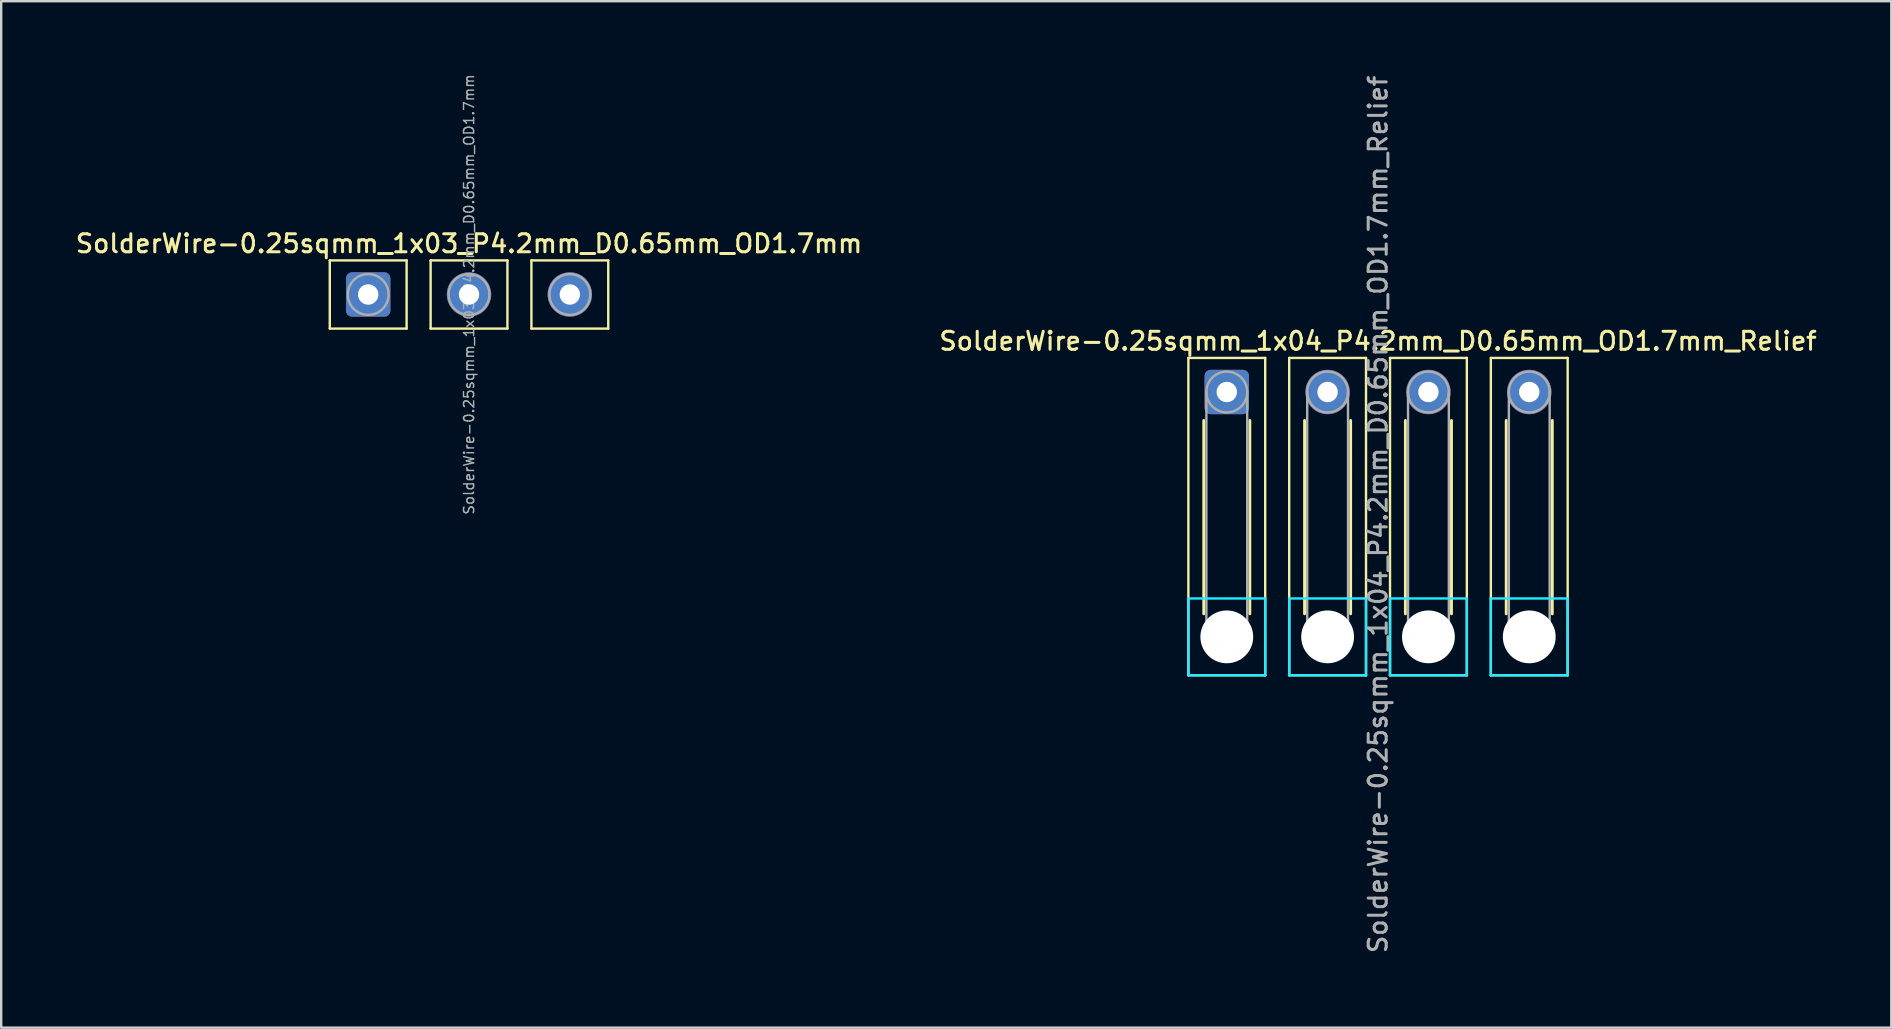
<source format=kicad_pcb>
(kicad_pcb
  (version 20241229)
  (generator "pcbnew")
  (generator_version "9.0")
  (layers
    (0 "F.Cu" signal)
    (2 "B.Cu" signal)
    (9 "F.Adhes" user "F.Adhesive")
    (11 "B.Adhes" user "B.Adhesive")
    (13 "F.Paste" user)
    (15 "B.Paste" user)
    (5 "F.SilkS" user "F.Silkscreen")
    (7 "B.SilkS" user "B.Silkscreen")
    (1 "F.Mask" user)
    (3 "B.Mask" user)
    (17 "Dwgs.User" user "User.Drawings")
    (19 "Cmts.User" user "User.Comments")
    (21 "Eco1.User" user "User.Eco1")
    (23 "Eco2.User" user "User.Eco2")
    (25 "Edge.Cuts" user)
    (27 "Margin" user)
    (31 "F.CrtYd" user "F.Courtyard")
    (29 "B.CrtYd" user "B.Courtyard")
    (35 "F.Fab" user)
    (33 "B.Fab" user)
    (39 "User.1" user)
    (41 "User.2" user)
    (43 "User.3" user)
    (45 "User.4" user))
  (footprint "SolderWire-0.25sqmm_1x04_P4.2mm_D0.65mm_OD1.7mm_Relief"
    (layer "F.Cu")
    (at 48.055 13.28)
    (property "Reference" "SolderWire-0.25sqmm_1x04_P4.2mm_D0.65mm_OD1.7mm_Relief" (at 6.3 -2.12 0) (layer "F.SilkS") (effects (font (size 0.75 0.75) (thickness 0.125))))
    (attr exclude_from_pos_files exclude_from_bom)
    (fp_line (start -1.6 -1.42) (end -1.6 11.8) (stroke (width 0.1) (type solid)) (layer "F.SilkS"))
    (fp_line (start -1.6 11.8) (end 1.6 11.8) (stroke (width 0.1) (type solid)) (layer "F.SilkS"))
    (fp_line (start -0.96 1.185) (end -0.96 9.24) (stroke (width 0.12) (type solid)) (layer "F.SilkS"))
    (fp_line (start 0.96 1.185) (end 0.96 9.24) (stroke (width 0.12) (type solid)) (layer "F.SilkS"))
    (fp_line (start 1.6 -1.42) (end -1.6 -1.42) (stroke (width 0.1) (type solid)) (layer "F.SilkS"))
    (fp_line (start 1.6 11.8) (end 1.6 -1.42) (stroke (width 0.1) (type solid)) (layer "F.SilkS"))
    (fp_line (start 2.6 -1.42) (end 2.6 11.8) (stroke (width 0.1) (type solid)) (layer "F.SilkS"))
    (fp_line (start 2.6 11.8) (end 5.8 11.8) (stroke (width 0.1) (type solid)) (layer "F.SilkS"))
    (fp_line (start 3.24 1.185) (end 3.24 9.24) (stroke (width 0.12) (type solid)) (layer "F.SilkS"))
    (fp_line (start 5.16 1.185) (end 5.16 9.24) (stroke (width 0.12) (type solid)) (layer "F.SilkS"))
    (fp_line (start 5.8 -1.42) (end 2.6 -1.42) (stroke (width 0.1) (type solid)) (layer "F.SilkS"))
    (fp_line (start 5.8 11.8) (end 5.8 -1.42) (stroke (width 0.1) (type solid)) (layer "F.SilkS"))
    (fp_line (start 6.8 -1.42) (end 6.8 11.8) (stroke (width 0.1) (type solid)) (layer "F.SilkS"))
    (fp_line (start 6.8 11.8) (end 10 11.8) (stroke (width 0.1) (type solid)) (layer "F.SilkS"))
    (fp_line (start 7.44 1.185) (end 7.44 9.24) (stroke (width 0.12) (type solid)) (layer "F.SilkS"))
    (fp_line (start 9.36 1.185) (end 9.36 9.24) (stroke (width 0.12) (type solid)) (layer "F.SilkS"))
    (fp_line (start 10 -1.42) (end 6.8 -1.42) (stroke (width 0.1) (type solid)) (layer "F.SilkS"))
    (fp_line (start 10 11.8) (end 10 -1.42) (stroke (width 0.1) (type solid)) (layer "F.SilkS"))
    (fp_line (start 11 -1.42) (end 11 11.8) (stroke (width 0.1) (type solid)) (layer "F.SilkS"))
    (fp_line (start 11 11.8) (end 14.2 11.8) (stroke (width 0.1) (type solid)) (layer "F.SilkS"))
    (fp_line (start 11.64 1.185) (end 11.64 9.24) (stroke (width 0.12) (type solid)) (layer "F.SilkS"))
    (fp_line (start 13.56 1.185) (end 13.56 9.24) (stroke (width 0.12) (type solid)) (layer "F.SilkS"))
    (fp_line (start 14.2 -1.42) (end 11 -1.42) (stroke (width 0.1) (type solid)) (layer "F.SilkS"))
    (fp_line (start 14.2 11.8) (end 14.2 -1.42) (stroke (width 0.1) (type solid)) (layer "F.SilkS"))
    (fp_line (start -1.6 8.6) (end -1.6 11.8) (stroke (width 0.1) (type solid)) (layer "B.CrtYd"))
    (fp_line (start -1.6 11.8) (end 1.6 11.8) (stroke (width 0.1) (type solid)) (layer "B.CrtYd"))
    (fp_line (start 1.6 8.6) (end -1.6 8.6) (stroke (width 0.1) (type solid)) (layer "B.CrtYd"))
    (fp_line (start 1.6 11.8) (end 1.6 8.6) (stroke (width 0.1) (type solid)) (layer "B.CrtYd"))
    (fp_line (start 2.6 8.6) (end 2.6 11.8) (stroke (width 0.1) (type solid)) (layer "B.CrtYd"))
    (fp_line (start 2.6 11.8) (end 5.8 11.8) (stroke (width 0.1) (type solid)) (layer "B.CrtYd"))
    (fp_line (start 5.8 8.6) (end 2.6 8.6) (stroke (width 0.1) (type solid)) (layer "B.CrtYd"))
    (fp_line (start 5.8 11.8) (end 5.8 8.6) (stroke (width 0.1) (type solid)) (layer "B.CrtYd"))
    (fp_line (start 6.8 8.6) (end 6.8 11.8) (stroke (width 0.1) (type solid)) (layer "B.CrtYd"))
    (fp_line (start 6.8 11.8) (end 10 11.8) (stroke (width 0.1) (type solid)) (layer "B.CrtYd"))
    (fp_line (start 10 8.6) (end 6.8 8.6) (stroke (width 0.1) (type solid)) (layer "B.CrtYd"))
    (fp_line (start 10 11.8) (end 10 8.6) (stroke (width 0.1) (type solid)) (layer "B.CrtYd"))
    (fp_line (start 11 8.6) (end 11 11.8) (stroke (width 0.1) (type solid)) (layer "B.CrtYd"))
    (fp_line (start 11 11.8) (end 14.2 11.8) (stroke (width 0.1) (type solid)) (layer "B.CrtYd"))
    (fp_line (start 14.2 8.6) (end 11 8.6) (stroke (width 0.1) (type solid)) (layer "B.CrtYd"))
    (fp_line (start 14.2 11.8) (end 14.2 8.6) (stroke (width 0.1) (type solid)) (layer "B.CrtYd"))
    (fp_line (start -0.85 0) (end -0.85 10.2) (stroke (width 0.1) (type solid)) (layer "F.Fab"))
    (fp_line (start 0.85 0) (end 0.85 10.2) (stroke (width 0.1) (type solid)) (layer "F.Fab"))
    (fp_line (start 3.35 0) (end 3.35 10.2) (stroke (width 0.1) (type solid)) (layer "F.Fab"))
    (fp_line (start 5.05 0) (end 5.05 10.2) (stroke (width 0.1) (type solid)) (layer "F.Fab"))
    (fp_line (start 7.55 0) (end 7.55 10.2) (stroke (width 0.1) (type solid)) (layer "F.Fab"))
    (fp_line (start 9.25 0) (end 9.25 10.2) (stroke (width 0.1) (type solid)) (layer "F.Fab"))
    (fp_line (start 11.75 0) (end 11.75 10.2) (stroke (width 0.1) (type solid)) (layer "F.Fab"))
    (fp_line (start 13.45 0) (end 13.45 10.2) (stroke (width 0.1) (type solid)) (layer "F.Fab"))
    (fp_circle (center 0 0) (end 0.85 0) (stroke (width 0.1) (type solid)) (fill no) (layer "F.Fab"))
    (fp_circle (center 0 10.2) (end 0.85 10.2) (stroke (width 0.1) (type solid)) (fill no) (layer "F.Fab"))
    (fp_circle (center 4.2 0) (end 5.05 0) (stroke (width 0.1) (type solid)) (fill no) (layer "F.Fab"))
    (fp_circle (center 4.2 10.2) (end 5.05 10.2) (stroke (width 0.1) (type solid)) (fill no) (layer "F.Fab"))
    (fp_circle (center 8.4 0) (end 9.25 0) (stroke (width 0.1) (type solid)) (fill no) (layer "F.Fab"))
    (fp_circle (center 8.4 10.2) (end 9.25 10.2) (stroke (width 0.1) (type solid)) (fill no) (layer "F.Fab"))
    (fp_circle (center 12.6 0) (end 13.45 0) (stroke (width 0.1) (type solid)) (fill no) (layer "F.Fab"))
    (fp_circle (center 12.6 10.2) (end 13.45 10.2) (stroke (width 0.1) (type solid)) (fill no) (layer "F.Fab"))
    (fp_text user "${REFERENCE}" (at 6.3 5.1 90) (layer "F.Fab") (effects (font (size 0.75 0.75) (thickness 0.125))))
    (pad "" np_thru_hole circle (at 0 10.2) (size 2.2 2.2) (drill 2.2) (layers "*.Cu" "*.Mask"))
    (pad "" np_thru_hole circle (at 4.2 10.2) (size 2.2 2.2) (drill 2.2) (layers "*.Cu" "*.Mask"))
    (pad "" np_thru_hole circle (at 8.4 10.2) (size 2.2 2.2) (drill 2.2) (layers "*.Cu" "*.Mask"))
    (pad "" np_thru_hole circle (at 12.6 10.2) (size 2.2 2.2) (drill 2.2) (layers "*.Cu" "*.Mask"))
    (pad "1" thru_hole roundrect (at 0 0) (size 1.85 1.85) (drill 0.85) (layers "*.Cu" "*.Mask") (roundrect_rratio 0.135))
    (pad "2" thru_hole circle (at 4.2 0) (size 1.85 1.85) (drill 0.85) (layers "*.Cu" "*.Mask"))
    (pad "3" thru_hole circle (at 8.4 0) (size 1.85 1.85) (drill 0.85) (layers "*.Cu" "*.Mask"))
    (pad "4" thru_hole circle (at 12.6 0) (size 1.85 1.85) (drill 0.85) (layers "*.Cu" "*.Mask")))
  (footprint "SolderWire-0.25sqmm_1x03_P4.2mm_D0.65mm_OD1.7mm"
    (layer "F.Cu")
    (at 12.288 9.218)
    (property "Reference" "SolderWire-0.25sqmm_1x03_P4.2mm_D0.65mm_OD1.7mm" (at 4.2 -2.12 0) (layer "F.SilkS") (effects (font (size 0.75 0.75) (thickness 0.125))))
    (attr exclude_from_pos_files exclude_from_bom)
    (fp_line (start -1.6 -1.42) (end -1.6 1.42) (stroke (width 0.1) (type solid)) (layer "F.SilkS"))
    (fp_line (start -1.6 1.42) (end 1.6 1.42) (stroke (width 0.1) (type solid)) (layer "F.SilkS"))
    (fp_line (start 1.6 -1.42) (end -1.6 -1.42) (stroke (width 0.1) (type solid)) (layer "F.SilkS"))
    (fp_line (start 1.6 1.42) (end 1.6 -1.42) (stroke (width 0.1) (type solid)) (layer "F.SilkS"))
    (fp_line (start 2.6 -1.42) (end 2.6 1.42) (stroke (width 0.1) (type solid)) (layer "F.SilkS"))
    (fp_line (start 2.6 1.42) (end 5.8 1.42) (stroke (width 0.1) (type solid)) (layer "F.SilkS"))
    (fp_line (start 5.8 -1.42) (end 2.6 -1.42) (stroke (width 0.1) (type solid)) (layer "F.SilkS"))
    (fp_line (start 5.8 1.42) (end 5.8 -1.42) (stroke (width 0.1) (type solid)) (layer "F.SilkS"))
    (fp_line (start 6.8 -1.42) (end 6.8 1.42) (stroke (width 0.1) (type solid)) (layer "F.SilkS"))
    (fp_line (start 6.8 1.42) (end 10 1.42) (stroke (width 0.1) (type solid)) (layer "F.SilkS"))
    (fp_line (start 10 -1.42) (end 6.8 -1.42) (stroke (width 0.1) (type solid)) (layer "F.SilkS"))
    (fp_line (start 10 1.42) (end 10 -1.42) (stroke (width 0.1) (type solid)) (layer "F.SilkS"))
    (fp_circle (center 0 0) (end 0.85 0) (stroke (width 0.1) (type solid)) (fill no) (layer "F.Fab"))
    (fp_circle (center 4.2 0) (end 5.05 0) (stroke (width 0.1) (type solid)) (fill no) (layer "F.Fab"))
    (fp_circle (center 8.4 0) (end 9.25 0) (stroke (width 0.1) (type solid)) (fill no) (layer "F.Fab"))
    (fp_text user "${REFERENCE}" (at 4.2 0 90) (layer "F.Fab") (effects (font (size 0.42 0.42) (thickness 0.06))))
    (pad "1" thru_hole roundrect (at 0 0) (size 1.85 1.85) (drill 0.85) (layers "*.Cu" "*.Mask") (roundrect_rratio 0.135))
    (pad "2" thru_hole circle (at 4.2 0) (size 1.85 1.85) (drill 0.85) (layers "*.Cu" "*.Mask"))
    (pad "3" thru_hole circle (at 8.4 0) (size 1.85 1.85) (drill 0.85) (layers "*.Cu" "*.Mask")))
  (gr_rect
    (start -3 -3)
    (end 75.736 39.761)
    (stroke (width 0.1) (type default))
    (fill no)
    (layer "Edge.Cuts")))
</source>
